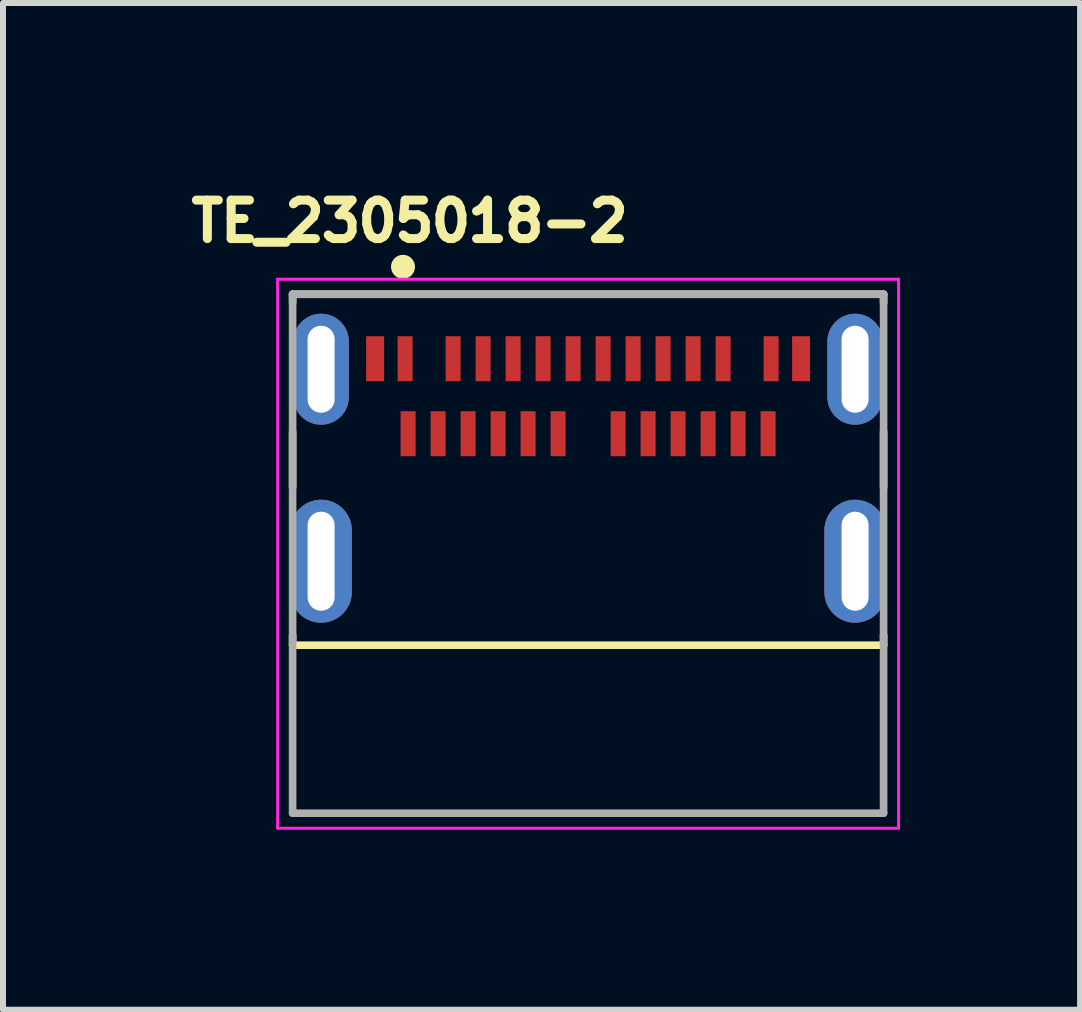
<source format=kicad_pcb>
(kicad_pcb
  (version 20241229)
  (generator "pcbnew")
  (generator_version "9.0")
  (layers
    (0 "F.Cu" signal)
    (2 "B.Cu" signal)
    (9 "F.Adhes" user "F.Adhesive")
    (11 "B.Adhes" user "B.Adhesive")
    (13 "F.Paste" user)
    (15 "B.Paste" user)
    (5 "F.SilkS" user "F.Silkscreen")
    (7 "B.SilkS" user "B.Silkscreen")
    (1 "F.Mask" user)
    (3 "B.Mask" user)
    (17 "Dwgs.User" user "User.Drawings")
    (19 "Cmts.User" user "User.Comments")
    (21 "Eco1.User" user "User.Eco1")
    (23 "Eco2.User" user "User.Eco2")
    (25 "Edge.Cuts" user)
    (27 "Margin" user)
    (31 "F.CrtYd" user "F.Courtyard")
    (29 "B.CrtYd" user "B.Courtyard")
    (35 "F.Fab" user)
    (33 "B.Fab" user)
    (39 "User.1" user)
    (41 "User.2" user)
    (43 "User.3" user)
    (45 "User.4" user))
  (footprint "TE_2305018-2"
    (layer "F.Cu")
    (at 6.752 6.304)
    (property "Reference" "TE_2305018-2" (at -2.973 -5.666 0) (layer "F.SilkS") (effects (font (size 0.641 0.641) (thickness 0.15))))
    (attr through_hole)
    (fp_line (start -4.925 -4.45) (end 4.925 -4.45) (stroke (width 0.127) (type solid)) (layer "F.SilkS"))
    (fp_line (start -4.925 -4.309) (end -4.925 -4.45) (stroke (width 0.127) (type solid)) (layer "F.SilkS"))
    (fp_line (start -4.925 -1.231) (end -4.925 -2.155) (stroke (width 0.127) (type solid)) (layer "F.SilkS"))
    (fp_line (start -4.925 1.4) (end -4.925 1.231) (stroke (width 0.127) (type solid)) (layer "F.SilkS"))
    (fp_line (start 4.925 -4.309) (end 4.925 -4.45) (stroke (width 0.127) (type solid)) (layer "F.SilkS"))
    (fp_line (start 4.925 -1.231) (end 4.925 -2.155) (stroke (width 0.127) (type solid)) (layer "F.SilkS"))
    (fp_line (start 4.925 1.4) (end -4.925 1.4) (stroke (width 0.127) (type solid)) (layer "F.SilkS"))
    (fp_line (start 4.925 1.4) (end 4.925 1.231) (stroke (width 0.127) (type solid)) (layer "F.SilkS"))
    (fp_circle (center -3.085 -4.907) (end -2.985 -4.907) (stroke (width 0.2) (type solid)) (fill no) (layer "F.SilkS"))
    (fp_line (start -5.175 -4.7) (end 5.175 -4.7) (stroke (width 0.05) (type solid)) (layer "F.CrtYd"))
    (fp_line (start -5.175 4.45) (end -5.175 -4.7) (stroke (width 0.05) (type solid)) (layer "F.CrtYd"))
    (fp_line (start 5.175 -4.7) (end 5.175 4.45) (stroke (width 0.05) (type solid)) (layer "F.CrtYd"))
    (fp_line (start 5.175 4.45) (end -5.175 4.45) (stroke (width 0.05) (type solid)) (layer "F.CrtYd"))
    (fp_line (start -4.925 -4.45) (end 4.925 -4.45) (stroke (width 0.127) (type solid)) (layer "F.Fab"))
    (fp_line (start -4.925 4.2) (end -4.925 -4.45) (stroke (width 0.127) (type solid)) (layer "F.Fab"))
    (fp_line (start -4.925 4.2) (end 4.925 4.2) (stroke (width 0.127) (type solid)) (layer "F.Fab"))
    (fp_line (start 4.925 -4.45) (end 4.925 4.2) (stroke (width 0.127) (type solid)) (layer "F.Fab"))
    (pad "A1" smd rect (at -3.05 -3.375) (size 0.25 0.75) (layers "F.Cu" "F.Mask" "F.Paste"))
    (pad "A2" smd rect (at -2.25 -3.375) (size 0.25 0.75) (layers "F.Cu" "F.Mask" "F.Paste"))
    (pad "A3" smd rect (at -1.75 -3.375) (size 0.25 0.75) (layers "F.Cu" "F.Mask" "F.Paste"))
    (pad "A4" smd rect (at -1.25 -3.375) (size 0.25 0.75) (layers "F.Cu" "F.Mask" "F.Paste"))
    (pad "A5" smd rect (at -0.75 -3.375) (size 0.25 0.75) (layers "F.Cu" "F.Mask" "F.Paste"))
    (pad "A6" smd rect (at -0.25 -3.375) (size 0.25 0.75) (layers "F.Cu" "F.Mask" "F.Paste"))
    (pad "A7" smd rect (at 0.25 -3.375) (size 0.25 0.75) (layers "F.Cu" "F.Mask" "F.Paste"))
    (pad "A8" smd rect (at 0.75 -3.375) (size 0.25 0.75) (layers "F.Cu" "F.Mask" "F.Paste"))
    (pad "A9" smd rect (at 1.25 -3.375) (size 0.25 0.75) (layers "F.Cu" "F.Mask" "F.Paste"))
    (pad "A10" smd rect (at 1.75 -3.375) (size 0.25 0.75) (layers "F.Cu" "F.Mask" "F.Paste"))
    (pad "A11" smd rect (at 2.25 -3.375) (size 0.25 0.75) (layers "F.Cu" "F.Mask" "F.Paste"))
    (pad "A12" smd rect (at 3.05 -3.375) (size 0.25 0.75) (layers "F.Cu" "F.Mask" "F.Paste"))
    (pad "B1" smd rect (at 3 -2.125) (size 0.25 0.75) (layers "F.Cu" "F.Mask" "F.Paste"))
    (pad "B2" smd rect (at 2.5 -2.125) (size 0.25 0.75) (layers "F.Cu" "F.Mask" "F.Paste"))
    (pad "B3" smd rect (at 2 -2.125) (size 0.25 0.75) (layers "F.Cu" "F.Mask" "F.Paste"))
    (pad "B4" smd rect (at 1.5 -2.125) (size 0.25 0.75) (layers "F.Cu" "F.Mask" "F.Paste"))
    (pad "B5" smd rect (at 1 -2.125) (size 0.25 0.75) (layers "F.Cu" "F.Mask" "F.Paste"))
    (pad "B6" smd rect (at 0.5 -2.125) (size 0.25 0.75) (layers "F.Cu" "F.Mask" "F.Paste"))
    (pad "B7" smd rect (at -0.5 -2.125) (size 0.25 0.75) (layers "F.Cu" "F.Mask" "F.Paste"))
    (pad "B8" smd rect (at -1 -2.125) (size 0.25 0.75) (layers "F.Cu" "F.Mask" "F.Paste"))
    (pad "B9" smd rect (at -1.5 -2.125) (size 0.25 0.75) (layers "F.Cu" "F.Mask" "F.Paste"))
    (pad "B10" smd rect (at -2 -2.125) (size 0.25 0.75) (layers "F.Cu" "F.Mask" "F.Paste"))
    (pad "B11" smd rect (at -2.5 -2.125) (size 0.25 0.75) (layers "F.Cu" "F.Mask" "F.Paste"))
    (pad "B12" smd rect (at -3 -2.125) (size 0.25 0.75) (layers "F.Cu" "F.Mask" "F.Paste"))
    (pad "G1" smd rect (at -3.55 -3.375) (size 0.3 0.75) (layers "F.Cu" "F.Mask" "F.Paste"))
    (pad "G2" smd rect (at 3.55 -3.375) (size 0.3 0.75) (layers "F.Cu" "F.Mask" "F.Paste"))
    (pad "S1" thru_hole oval (at -4.45 0) (size 1.025 2.05) (drill oval 0.45 1.65) (layers "*.Cu" "*.Mask"))
    (pad "S2" thru_hole oval (at 4.45 0) (size 1.025 2.05) (drill oval 0.45 1.65) (layers "*.Cu" "*.Mask"))
    (pad "S3" thru_hole oval (at -4.45 -3.2) (size 0.925 1.85) (drill oval 0.45 1.45) (layers "*.Cu" "*.Mask"))
    (pad "S4" thru_hole oval (at 4.45 -3.2) (size 0.925 1.85) (drill oval 0.45 1.45) (layers "*.Cu" "*.Mask")))
  (gr_rect
    (start -3 -3)
    (end 14.952 13.779)
    (stroke (width 0.1) (type default))
    (fill no)
    (layer "Edge.Cuts")))
</source>
